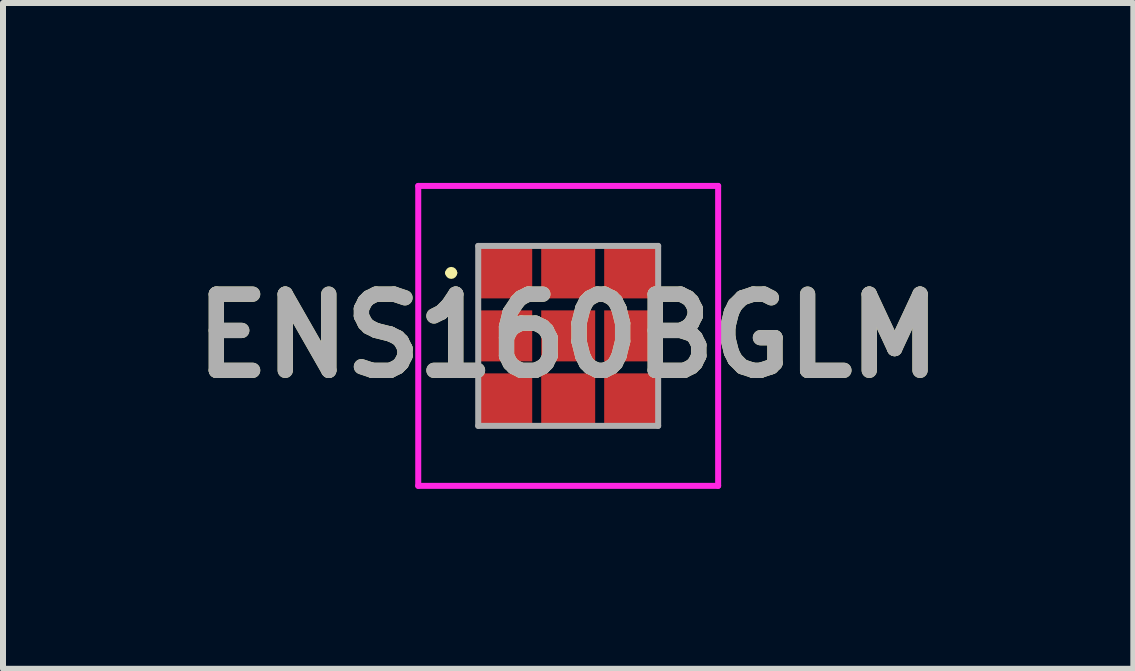
<source format=kicad_pcb>
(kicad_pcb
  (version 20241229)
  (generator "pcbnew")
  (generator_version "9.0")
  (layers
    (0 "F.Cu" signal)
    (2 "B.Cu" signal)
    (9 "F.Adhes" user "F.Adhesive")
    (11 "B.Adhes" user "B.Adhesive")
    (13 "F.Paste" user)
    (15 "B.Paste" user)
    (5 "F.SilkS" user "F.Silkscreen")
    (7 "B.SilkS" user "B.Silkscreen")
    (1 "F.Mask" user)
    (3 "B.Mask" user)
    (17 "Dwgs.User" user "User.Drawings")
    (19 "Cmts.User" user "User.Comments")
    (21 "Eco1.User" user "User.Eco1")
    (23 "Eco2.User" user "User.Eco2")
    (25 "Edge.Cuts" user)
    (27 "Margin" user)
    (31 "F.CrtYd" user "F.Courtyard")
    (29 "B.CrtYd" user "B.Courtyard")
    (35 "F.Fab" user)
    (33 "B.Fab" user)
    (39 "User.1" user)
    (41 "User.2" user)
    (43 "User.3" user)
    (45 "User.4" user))
  (footprint "ENS160BGLM"
    (layer "F.Cu")
    (at 6.423 2.55)
    (property "Reference" "ENS160BGLM" (at 0 0 0) (layer "F.SilkS") (effects (font (size 1.27 1.27) (thickness 0.254))))
    (attr smd)
    (fp_line (start -2 -1.05) (end -2 -1.05) (stroke (width 0.1) (type solid)) (layer "F.SilkS"))
    (fp_line (start -1.9 -1.05) (end -1.9 -1.05) (stroke (width 0.1) (type solid)) (layer "F.SilkS"))
    (fp_arc (start -2 -1.05) (mid -1.95 -1.1) (end -1.9 -1.05) (stroke (width 0.1) (type solid)) (layer "F.SilkS"))
    (fp_arc (start -1.9 -1.05) (mid -1.95 -1) (end -2 -1.05) (stroke (width 0.1) (type solid)) (layer "F.SilkS"))
    (fp_line (start -2.5 -2.5) (end 2.5 -2.5) (stroke (width 0.1) (type solid)) (layer "F.CrtYd"))
    (fp_line (start -2.5 2.5) (end -2.5 -2.5) (stroke (width 0.1) (type solid)) (layer "F.CrtYd"))
    (fp_line (start 2.5 -2.5) (end 2.5 2.5) (stroke (width 0.1) (type solid)) (layer "F.CrtYd"))
    (fp_line (start 2.5 2.5) (end -2.5 2.5) (stroke (width 0.1) (type solid)) (layer "F.CrtYd"))
    (fp_line (start -1.5 -1.5) (end -1.5 1.5) (stroke (width 0.1) (type solid)) (layer "F.Fab"))
    (fp_line (start -1.5 1.5) (end 1.5 1.5) (stroke (width 0.1) (type solid)) (layer "F.Fab"))
    (fp_line (start 1.5 -1.5) (end -1.5 -1.5) (stroke (width 0.1) (type solid)) (layer "F.Fab"))
    (fp_line (start 1.5 1.5) (end 1.5 -1.5) (stroke (width 0.1) (type solid)) (layer "F.Fab"))
    (fp_text user "${REFERENCE}" (at 0 0 0) (layer "F.Fab") (effects (font (size 1.27 1.27) (thickness 0.254))))
    (pad "1" smd rect (at -1.05 -1.05 90) (size 0.85 0.9) (layers "F.Cu" "F.Mask" "F.Paste"))
    (pad "2" smd rect (at -1.05 0 90) (size 0.85 0.9) (layers "F.Cu" "F.Mask" "F.Paste"))
    (pad "3" smd rect (at -1.05 1.05 90) (size 0.85 0.9) (layers "F.Cu" "F.Mask" "F.Paste"))
    (pad "4" smd rect (at 0 1.05 90) (size 0.85 0.9) (layers "F.Cu" "F.Mask" "F.Paste"))
    (pad "5" smd rect (at 1.05 1.05 90) (size 0.85 0.9) (layers "F.Cu" "F.Mask" "F.Paste"))
    (pad "6" smd rect (at 1.05 0 90) (size 0.85 0.9) (layers "F.Cu" "F.Mask" "F.Paste"))
    (pad "7" smd rect (at 1.05 -1.05 90) (size 0.85 0.9) (layers "F.Cu" "F.Mask" "F.Paste"))
    (pad "8" smd rect (at 0 -1.05 90) (size 0.85 0.9) (layers "F.Cu" "F.Mask" "F.Paste"))
    (pad "9" smd rect (at 0 0 90) (size 0.85 0.9) (layers "F.Cu" "F.Mask" "F.Paste")))
  (gr_rect
    (start -3 -3)
    (end 15.845 8.1)
    (stroke (width 0.1) (type default))
    (fill no)
    (layer "Edge.Cuts")))
</source>
